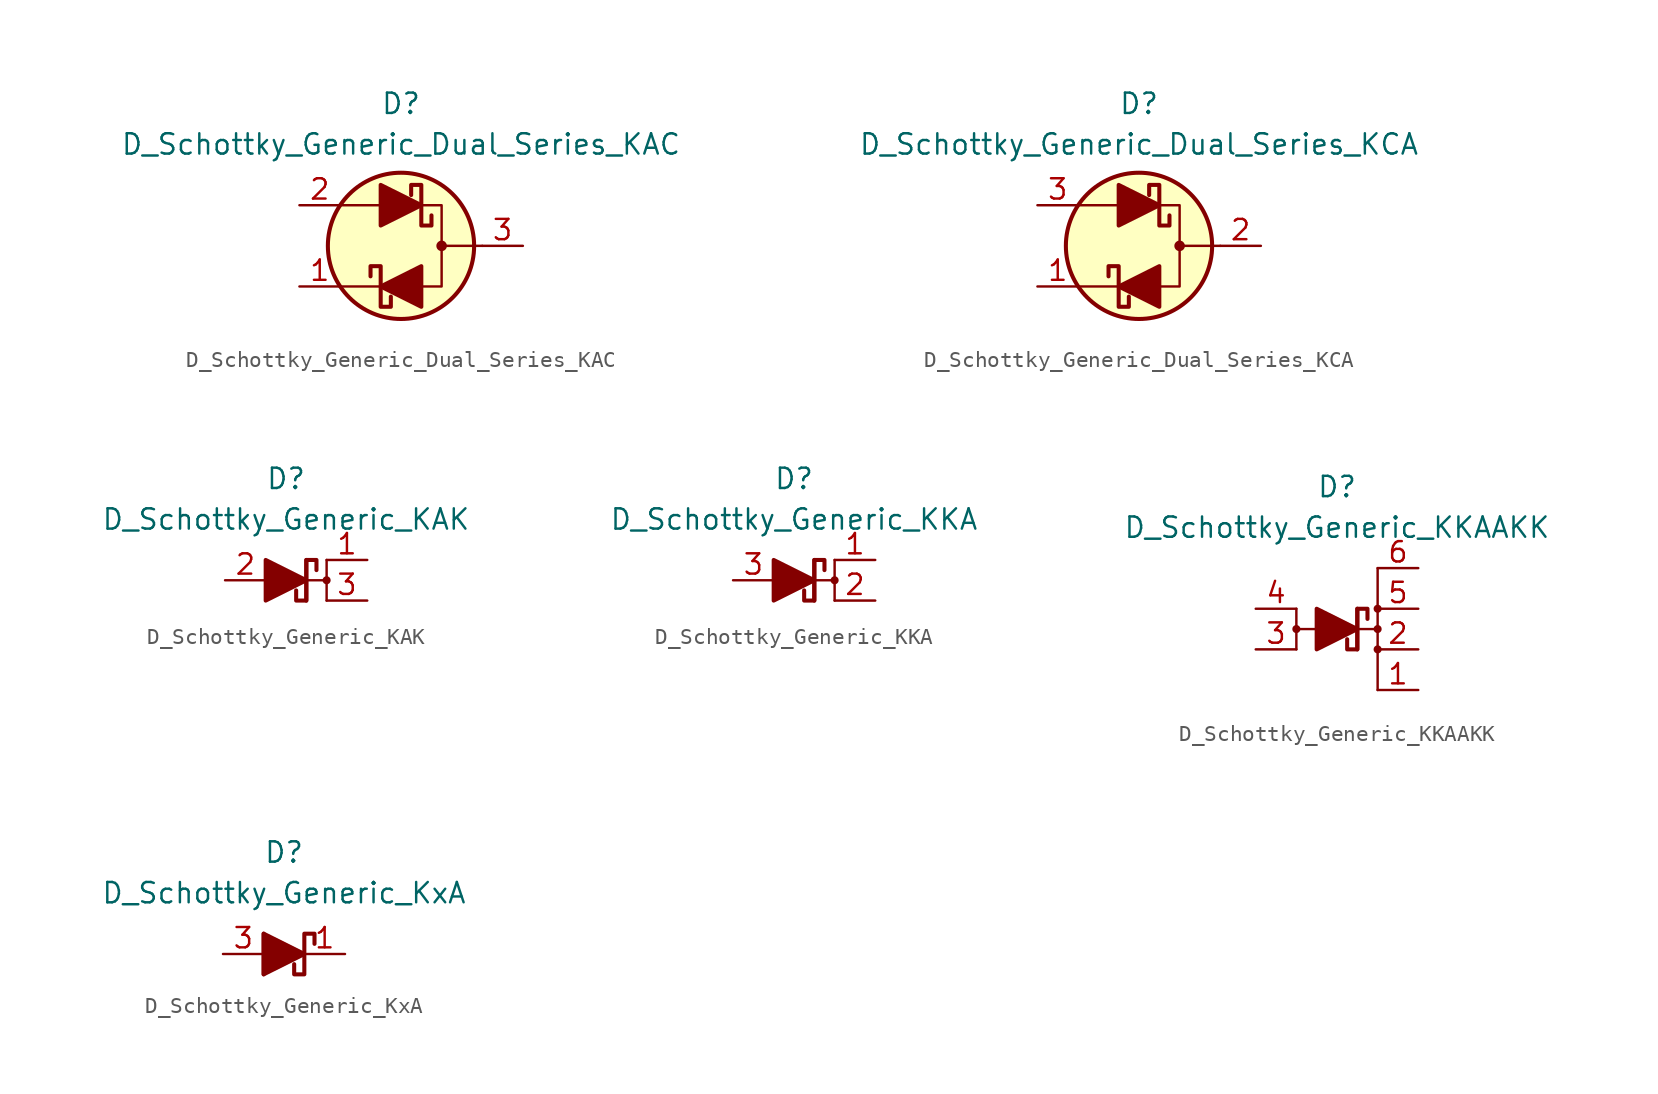
<source format=kicad_sym>
(kicad_symbol_lib
  (version 20201005)
  (generator kicad_symbol_editor)
  (symbol "Diode_Schottky_AKL:D_Schottky_Generic_Dual_Series_KAC"
    (pin_names
      (offset 1.016) hide)
    (property "Reference" "D"
      (at 0 8.89 0)
      (effects (font (size 1.27 1.27))))
    (property "Value" "D_Schottky_Generic_Dual_Series_KAC"
      (at 0 6.35 0)
      (effects (font (size 1.27 1.27))))
    (symbol "D_Schottky_Generic_Dual_Series_KAC_0_1"
      (circle (center 2.54 0) (radius 0.254) (stroke (width 0)) (fill (type outline)))
      (circle (center 0 0) (radius 4.572) (stroke (width 0.254)) (fill (type background)))
      (polyline (pts (xy -1.27 -2.54) (xy -3.81 -2.54)) (stroke (width 0)) (fill (type none)))
      (polyline (pts (xy -1.27 2.54) (xy -3.81 2.54)) (stroke (width 0)) (fill (type none)))
      (polyline (pts (xy 5.08 0) (xy 2.54 0)) (stroke (width 0)) (fill (type none)))
      (polyline (pts (xy 1.27 -2.54) (xy 2.54 -2.54) (xy 2.54 2.54) (xy 1.27 2.54)) (stroke (width 0)) (fill (type none))))
    (symbol "D_Schottky_Generic_Dual_Series_KAC_1_1"
      (polyline (pts (xy -1.27 2.54) (xy 1.27 2.54)) (stroke (width 0)) (fill (type none)))
      (polyline (pts (xy 1.27 -2.54) (xy -1.27 -2.54)) (stroke (width 0)) (fill (type none)))
      (polyline (pts (xy -1.905 -1.905) (xy -1.905 -1.27) (xy -1.27 -1.27) (xy -1.27 -3.81) (xy -0.635 -3.81) (xy -0.635 -3.175)) (stroke (width 0.254)) (fill (type none)))
      (polyline (pts (xy 1.905 1.905) (xy 1.905 1.27) (xy 1.27 1.27) (xy 1.27 3.81) (xy 0.635 3.81) (xy 0.635 3.175)) (stroke (width 0.254)) (fill (type none)))
      (polyline (pts (xy -1.27 1.27) (xy -1.27 3.81) (xy 1.27 2.54) (xy -1.27 1.27)) (stroke (width 0.254)) (fill (type outline)))
      (polyline (pts (xy 1.27 -1.27) (xy 1.27 -3.81) (xy -1.27 -2.54) (xy 1.27 -1.27)) (stroke (width 0.254)) (fill (type outline)))
      (pin passive line (at -6.35 -2.54 0) (length 2.54) (name "K" (effects (font (size 1.27 1.27)))) (number "1" (effects (font (size 1.27 1.27)))))
      (pin passive line (at -6.35 2.54 0) (length 2.54) (name "A" (effects (font (size 1.27 1.27)))) (number "2" (effects (font (size 1.27 1.27)))))
      (pin passive line (at 7.62 0 180) (length 2.54) (name "C" (effects (font (size 1.27 1.27)))) (number "3" (effects (font (size 1.27 1.27)))))))
  (symbol "Diode_Schottky_AKL:D_Schottky_Generic_Dual_Series_KCA"
    (pin_names
      (offset 1.016) hide)
    (property "Reference" "D"
      (at 0 8.89 0)
      (effects (font (size 1.27 1.27))))
    (property "Value" "D_Schottky_Generic_Dual_Series_KCA"
      (at 0 6.35 0)
      (effects (font (size 1.27 1.27))))
    (symbol "D_Schottky_Generic_Dual_Series_KCA_0_1"
      (circle (center 2.54 0) (radius 0.254) (stroke (width 0)) (fill (type outline)))
      (circle (center 0 0) (radius 4.572) (stroke (width 0.254)) (fill (type background)))
      (polyline (pts (xy -1.27 -2.54) (xy -3.81 -2.54)) (stroke (width 0)) (fill (type none)))
      (polyline (pts (xy -1.27 2.54) (xy -3.81 2.54)) (stroke (width 0)) (fill (type none)))
      (polyline (pts (xy 5.08 0) (xy 2.54 0)) (stroke (width 0)) (fill (type none)))
      (polyline (pts (xy 1.27 -2.54) (xy 2.54 -2.54) (xy 2.54 2.54) (xy 1.27 2.54)) (stroke (width 0)) (fill (type none))))
    (symbol "D_Schottky_Generic_Dual_Series_KCA_1_1"
      (polyline (pts (xy -1.27 2.54) (xy 1.27 2.54)) (stroke (width 0)) (fill (type none)))
      (polyline (pts (xy 1.27 -2.54) (xy -1.27 -2.54)) (stroke (width 0)) (fill (type none)))
      (polyline (pts (xy -1.905 -1.905) (xy -1.905 -1.27) (xy -1.27 -1.27) (xy -1.27 -3.81) (xy -0.635 -3.81) (xy -0.635 -3.175)) (stroke (width 0.254)) (fill (type none)))
      (polyline (pts (xy 1.905 1.905) (xy 1.905 1.27) (xy 1.27 1.27) (xy 1.27 3.81) (xy 0.635 3.81) (xy 0.635 3.175)) (stroke (width 0.254)) (fill (type none)))
      (polyline (pts (xy -1.27 1.27) (xy -1.27 3.81) (xy 1.27 2.54) (xy -1.27 1.27)) (stroke (width 0.254)) (fill (type outline)))
      (polyline (pts (xy 1.27 -1.27) (xy 1.27 -3.81) (xy -1.27 -2.54) (xy 1.27 -1.27)) (stroke (width 0.254)) (fill (type outline)))
      (pin passive line (at -6.35 -2.54 0) (length 2.54) (name "K" (effects (font (size 1.27 1.27)))) (number "1" (effects (font (size 1.27 1.27)))))
      (pin passive line (at 7.62 0 180) (length 2.54) (name "C" (effects (font (size 1.27 1.27)))) (number "2" (effects (font (size 1.27 1.27)))))
      (pin passive line (at -6.35 2.54 0) (length 2.54) (name "A" (effects (font (size 1.27 1.27)))) (number "3" (effects (font (size 1.27 1.27)))))))
  (symbol "Diode_Schottky_AKL:D_Schottky_Generic_KAK"
    (pin_names
      (offset 1.016) hide)
    (property "Reference" "D"
      (at 0 6.35 0)
      (effects (font (size 1.27 1.27))))
    (property "Value" "D_Schottky_Generic_KAK"
      (at 0 3.81 0)
      (effects (font (size 1.27 1.27))))
    (symbol "D_Schottky_Generic_KAK_0_1"
      (circle (center 2.54 0) (radius 0.178) (stroke (width 0)) (fill (type outline)))
      (polyline (pts (xy -1.27 0) (xy 1.27 0)) (stroke (width 0)) (fill (type none)))
      (polyline (pts (xy 1.27 -1.27) (xy 1.27 1.27)) (stroke (width 0.254)) (fill (type none)))
      (polyline (pts (xy 1.27 0) (xy 2.54 0)) (stroke (width 0)) (fill (type none)))
      (polyline (pts (xy 2.54 -1.27) (xy 2.54 1.27)) (stroke (width 0)) (fill (type none)))
      (polyline (pts (xy -1.27 -1.27) (xy -1.27 1.27) (xy 1.27 0) (xy -1.27 -1.27)) (stroke (width 0.254)) (fill (type outline))))
    (symbol "D_Schottky_Generic_KAK_1_1"
      (polyline (pts (xy 0.635 -0.635) (xy 0.635 -1.27) (xy 1.27 -1.27) (xy 1.27 1.27) (xy 1.905 1.27) (xy 1.905 0.635)) (stroke (width 0.254)) (fill (type none)))
      (pin passive line (at 5.08 1.27 180) (length 2.54) (name "K" (effects (font (size 1.27 1.27)))) (number "1" (effects (font (size 1.27 1.27)))))
      (pin passive line (at -3.81 0 0) (length 2.54) (name "A" (effects (font (size 1.27 1.27)))) (number "2" (effects (font (size 1.27 1.27)))))
      (pin passive line (at 5.08 -1.27 180) (length 2.54) (name "K" (effects (font (size 1.27 1.27)))) (number "3" (effects (font (size 1.27 1.27)))))))
  (symbol "Diode_Schottky_AKL:D_Schottky_Generic_KKA"
    (pin_names
      (offset 1.016) hide)
    (property "Reference" "D"
      (at 0 6.35 0)
      (effects (font (size 1.27 1.27))))
    (property "Value" "D_Schottky_Generic_KKA"
      (at 0 3.81 0)
      (effects (font (size 1.27 1.27))))
    (symbol "D_Schottky_Generic_KKA_0_1"
      (polyline (pts (xy -1.27 0) (xy 1.27 0)) (stroke (width 0)) (fill (type none)))
      (polyline (pts (xy 1.27 -1.27) (xy 1.27 1.27)) (stroke (width 0.254)) (fill (type none)))
      (polyline (pts (xy -1.27 -1.27) (xy -1.27 1.27) (xy 1.27 0) (xy -1.27 -1.27)) (stroke (width 0.254)) (fill (type outline))))
    (symbol "D_Schottky_Generic_KKA_1_1"
      (circle (center 2.54 0) (radius 0.178) (stroke (width 0)) (fill (type outline)))
      (polyline (pts (xy 1.27 0) (xy 2.54 0)) (stroke (width 0)) (fill (type none)))
      (polyline (pts (xy 2.54 -1.27) (xy 2.54 1.27)) (stroke (width 0)) (fill (type none)))
      (polyline (pts (xy 0.635 -0.635) (xy 0.635 -1.27) (xy 1.27 -1.27) (xy 1.27 1.27) (xy 1.905 1.27) (xy 1.905 0.635)) (stroke (width 0.254)) (fill (type none)))
      (pin passive line (at 5.08 1.27 180) (length 2.54) (name "K" (effects (font (size 1.27 1.27)))) (number "1" (effects (font (size 1.27 1.27)))))
      (pin passive line (at 5.08 -1.27 180) (length 2.54) (name "K" (effects (font (size 1.27 1.27)))) (number "2" (effects (font (size 1.27 1.27)))))
      (pin passive line (at -3.81 0 0) (length 2.54) (name "A" (effects (font (size 1.27 1.27)))) (number "3" (effects (font (size 1.27 1.27)))))))
  (symbol "Diode_Schottky_AKL:D_Schottky_Generic_KKAAKK"
    (pin_names
      (offset 1.016) hide)
    (property "Reference" "D"
      (at 0 8.89 0)
      (effects (font (size 1.27 1.27))))
    (property "Value" "D_Schottky_Generic_KKAAKK"
      (at 0 6.35 0)
      (effects (font (size 1.27 1.27))))
    (symbol "D_Schottky_Generic_KKAAKK_0_1"
      (circle (center 2.54 0) (radius 0.178) (stroke (width 0)) (fill (type outline)))
      (polyline (pts (xy -1.27 0) (xy -2.54 0)) (stroke (width 0)) (fill (type none)))
      (polyline (pts (xy -1.27 0) (xy 1.27 0)) (stroke (width 0)) (fill (type none)))
      (polyline (pts (xy 1.27 -1.27) (xy 1.27 1.27)) (stroke (width 0.254)) (fill (type none)))
      (polyline (pts (xy 2.54 -1.27) (xy 2.54 -3.81)) (stroke (width 0)) (fill (type none)))
      (polyline (pts (xy 2.54 -1.27) (xy 2.54 1.27)) (stroke (width 0)) (fill (type none)))
      (polyline (pts (xy 2.54 3.81) (xy 2.54 1.27)) (stroke (width 0)) (fill (type none)))
      (polyline (pts (xy -1.27 -1.27) (xy -1.27 1.27) (xy 1.27 0) (xy -1.27 -1.27)) (stroke (width 0.254)) (fill (type outline))))
    (symbol "D_Schottky_Generic_KKAAKK_1_1"
      (circle (center -2.54 0) (radius 0.178) (stroke (width 0)) (fill (type outline)))
      (circle (center 2.54 -1.27) (radius 0.178) (stroke (width 0)) (fill (type outline)))
      (circle (center 2.54 1.27) (radius 0.178) (stroke (width 0)) (fill (type outline)))
      (polyline (pts (xy -2.54 1.27) (xy -2.54 -1.27)) (stroke (width 0)) (fill (type none)))
      (polyline (pts (xy 1.27 0) (xy 2.54 0)) (stroke (width 0)) (fill (type none)))
      (polyline (pts (xy 0.635 -0.635) (xy 0.635 -1.27) (xy 1.27 -1.27) (xy 1.27 1.27) (xy 1.905 1.27) (xy 1.905 0.635)) (stroke (width 0.254)) (fill (type none)))
      (pin passive line (at 5.08 -3.81 180) (length 2.54) (name "K" (effects (font (size 1.27 1.27)))) (number "1" (effects (font (size 1.27 1.27)))))
      (pin passive line (at 5.08 -1.27 180) (length 2.54) (name "K" (effects (font (size 1.27 1.27)))) (number "2" (effects (font (size 1.27 1.27)))))
      (pin passive line (at -5.08 -1.27 0) (length 2.54) (name "A" (effects (font (size 1.27 1.27)))) (number "3" (effects (font (size 1.27 1.27)))))
      (pin passive line (at -5.08 1.27 0) (length 2.54) (name "A" (effects (font (size 1.27 1.27)))) (number "4" (effects (font (size 1.27 1.27)))))
      (pin passive line (at 5.08 1.27 180) (length 2.54) (name "K" (effects (font (size 1.27 1.27)))) (number "5" (effects (font (size 1.27 1.27)))))
      (pin passive line (at 5.08 3.81 180) (length 2.54) (name "K" (effects (font (size 1.27 1.27)))) (number "6" (effects (font (size 1.27 1.27)))))))
  (symbol "Diode_Schottky_AKL:D_Schottky_Generic_KxA"
    (pin_names
      (offset 1.016) hide)
    (property "Reference" "D"
      (at 0 6.35 0)
      (effects (font (size 1.27 1.27))))
    (property "Value" "D_Schottky_Generic_KxA"
      (at 0 3.81 0)
      (effects (font (size 1.27 1.27))))
    (symbol "D_Schottky_Generic_KxA_0_1"
      (polyline (pts (xy -1.27 0) (xy 1.27 0)) (stroke (width 0)) (fill (type none)))
      (polyline (pts (xy -1.27 1.27) (xy -1.27 -1.27)) (stroke (width 0.254)) (fill (type none)))
      (polyline (pts (xy -1.27 -1.27) (xy -1.27 1.27) (xy 1.27 0) (xy -1.27 -1.27)) (stroke (width 0.254)) (fill (type outline))))
    (symbol "D_Schottky_Generic_KxA_1_1"
      (polyline (pts (xy 1.905 0.635) (xy 1.905 1.27) (xy 1.27 1.27) (xy 1.27 -1.27) (xy 0.635 -1.27) (xy 0.635 -0.635)) (stroke (width 0.254)) (fill (type none)))
      (pin passive line (at 3.81 0 180) (length 2.54) (name "K" (effects (font (size 1.27 1.27)))) (number "1" (effects (font (size 1.27 1.27)))))
      (pin passive line (at -3.81 0 0) (length 2.54) (name "A" (effects (font (size 1.27 1.27)))) (number "3" (effects (font (size 1.27 1.27))))))))
</source>
